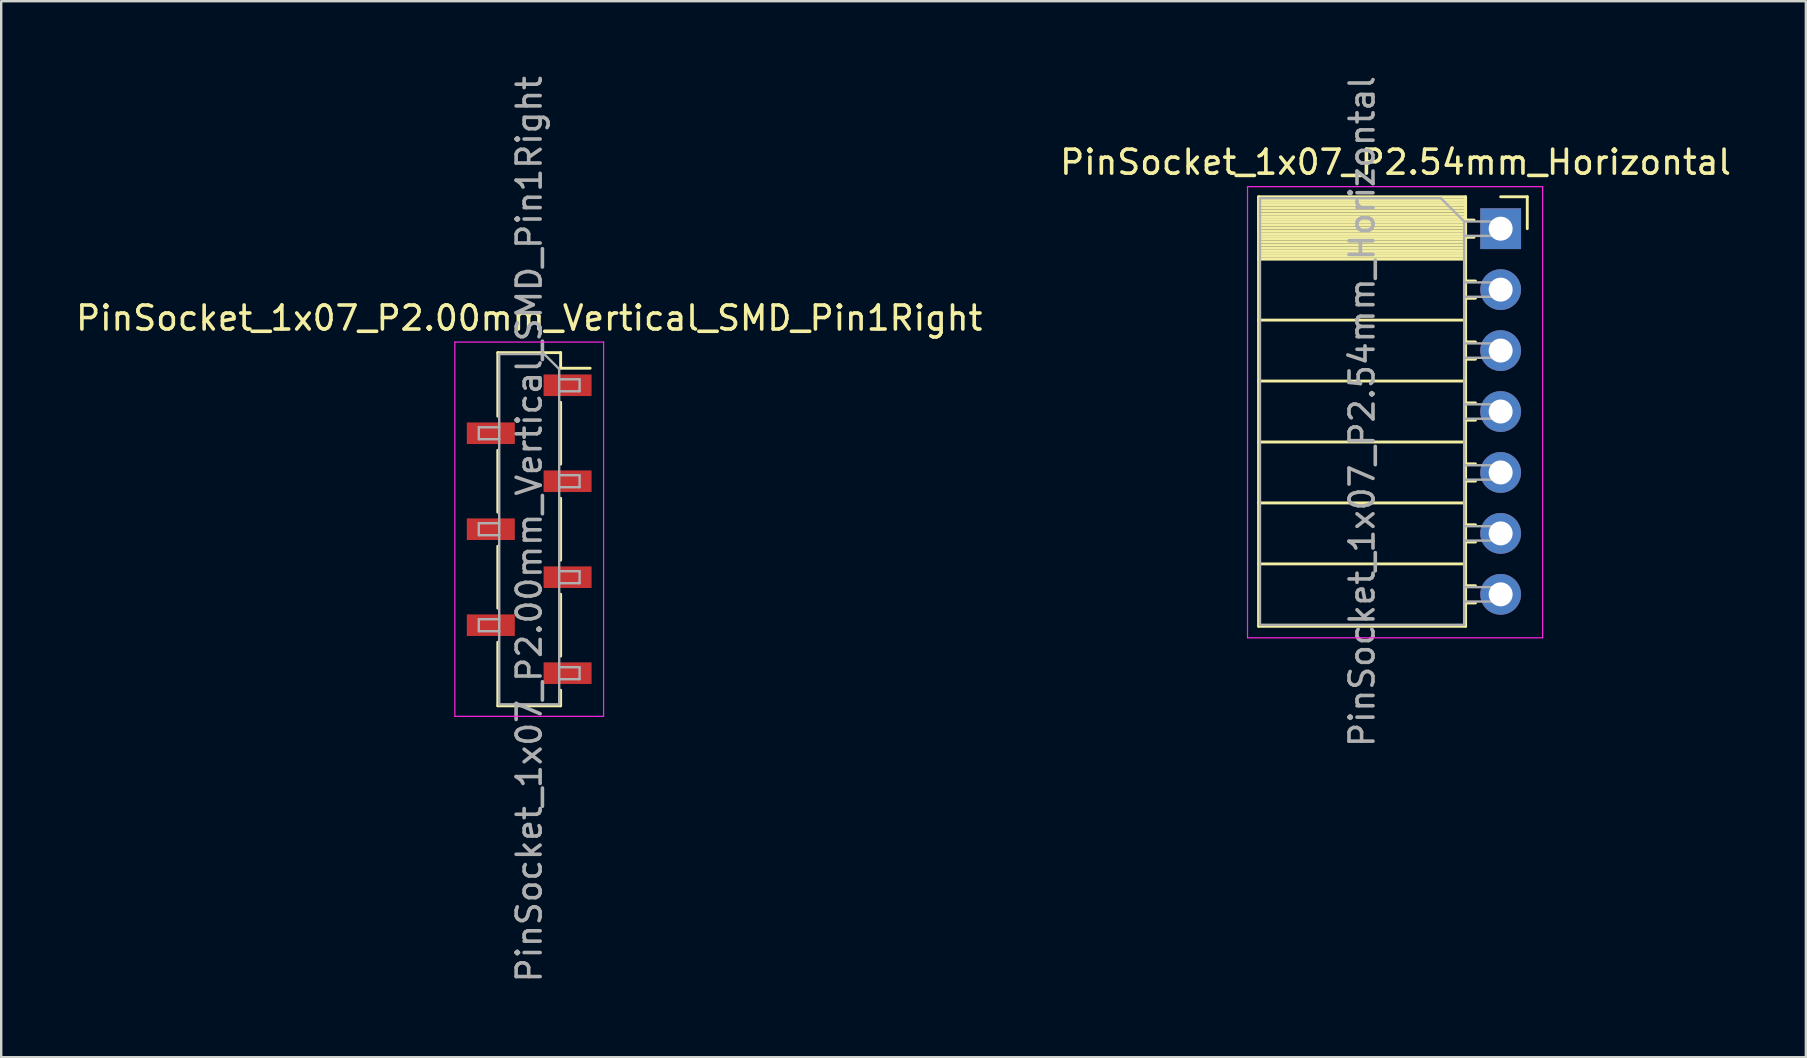
<source format=kicad_pcb>
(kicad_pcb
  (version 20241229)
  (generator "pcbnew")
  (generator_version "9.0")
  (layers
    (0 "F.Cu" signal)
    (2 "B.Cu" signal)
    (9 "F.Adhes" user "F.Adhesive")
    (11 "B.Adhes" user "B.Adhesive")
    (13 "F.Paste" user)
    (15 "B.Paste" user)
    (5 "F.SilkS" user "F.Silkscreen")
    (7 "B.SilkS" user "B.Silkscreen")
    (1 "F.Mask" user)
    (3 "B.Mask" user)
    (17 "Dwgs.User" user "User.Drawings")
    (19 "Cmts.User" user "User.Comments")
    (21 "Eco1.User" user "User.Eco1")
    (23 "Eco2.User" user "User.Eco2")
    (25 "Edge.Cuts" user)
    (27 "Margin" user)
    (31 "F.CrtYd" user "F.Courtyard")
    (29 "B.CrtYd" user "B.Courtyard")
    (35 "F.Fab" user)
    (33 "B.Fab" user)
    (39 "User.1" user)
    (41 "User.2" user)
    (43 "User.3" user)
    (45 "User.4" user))
  (footprint "PinSocket_1x07_P2.54mm_Horizontal"
    (layer "F.Cu")
    (at 59.493 6.481)
    (property "Reference" "PinSocket_1x07_P2.54mm_Horizontal" (at -4.38 -2.77 0) (layer "F.SilkS") (effects (font (size 1 1) (thickness 0.15))))
    (attr through_hole)
    (fp_line (start -10.09 -1.33) (end -10.09 16.57) (stroke (width 0.12) (type solid)) (layer "F.SilkS"))
    (fp_line (start -10.09 -1.33) (end -1.46 -1.33) (stroke (width 0.12) (type solid)) (layer "F.SilkS"))
    (fp_line (start -10.09 -1.21) (end -1.46 -1.21) (stroke (width 0.12) (type solid)) (layer "F.SilkS"))
    (fp_line (start -10.09 -1.092) (end -1.46 -1.092) (stroke (width 0.12) (type solid)) (layer "F.SilkS"))
    (fp_line (start -10.09 -0.974) (end -1.46 -0.974) (stroke (width 0.12) (type solid)) (layer "F.SilkS"))
    (fp_line (start -10.09 -0.856) (end -1.46 -0.856) (stroke (width 0.12) (type solid)) (layer "F.SilkS"))
    (fp_line (start -10.09 -0.738) (end -1.46 -0.738) (stroke (width 0.12) (type solid)) (layer "F.SilkS"))
    (fp_line (start -10.09 -0.62) (end -1.46 -0.62) (stroke (width 0.12) (type solid)) (layer "F.SilkS"))
    (fp_line (start -10.09 -0.501) (end -1.46 -0.501) (stroke (width 0.12) (type solid)) (layer "F.SilkS"))
    (fp_line (start -10.09 -0.383) (end -1.46 -0.383) (stroke (width 0.12) (type solid)) (layer "F.SilkS"))
    (fp_line (start -10.09 -0.265) (end -1.46 -0.265) (stroke (width 0.12) (type solid)) (layer "F.SilkS"))
    (fp_line (start -10.09 -0.147) (end -1.46 -0.147) (stroke (width 0.12) (type solid)) (layer "F.SilkS"))
    (fp_line (start -10.09 -0.029) (end -1.46 -0.029) (stroke (width 0.12) (type solid)) (layer "F.SilkS"))
    (fp_line (start -10.09 0.089) (end -1.46 0.089) (stroke (width 0.12) (type solid)) (layer "F.SilkS"))
    (fp_line (start -10.09 0.207) (end -1.46 0.207) (stroke (width 0.12) (type solid)) (layer "F.SilkS"))
    (fp_line (start -10.09 0.325) (end -1.46 0.325) (stroke (width 0.12) (type solid)) (layer "F.SilkS"))
    (fp_line (start -10.09 0.443) (end -1.46 0.443) (stroke (width 0.12) (type solid)) (layer "F.SilkS"))
    (fp_line (start -10.09 0.561) (end -1.46 0.561) (stroke (width 0.12) (type solid)) (layer "F.SilkS"))
    (fp_line (start -10.09 0.68) (end -1.46 0.68) (stroke (width 0.12) (type solid)) (layer "F.SilkS"))
    (fp_line (start -10.09 0.798) (end -1.46 0.798) (stroke (width 0.12) (type solid)) (layer "F.SilkS"))
    (fp_line (start -10.09 0.916) (end -1.46 0.916) (stroke (width 0.12) (type solid)) (layer "F.SilkS"))
    (fp_line (start -10.09 1.034) (end -1.46 1.034) (stroke (width 0.12) (type solid)) (layer "F.SilkS"))
    (fp_line (start -10.09 1.152) (end -1.46 1.152) (stroke (width 0.12) (type solid)) (layer "F.SilkS"))
    (fp_line (start -10.09 1.27) (end -1.46 1.27) (stroke (width 0.12) (type solid)) (layer "F.SilkS"))
    (fp_line (start -10.09 3.81) (end -1.46 3.81) (stroke (width 0.12) (type solid)) (layer "F.SilkS"))
    (fp_line (start -10.09 6.35) (end -1.46 6.35) (stroke (width 0.12) (type solid)) (layer "F.SilkS"))
    (fp_line (start -10.09 8.89) (end -1.46 8.89) (stroke (width 0.12) (type solid)) (layer "F.SilkS"))
    (fp_line (start -10.09 11.43) (end -1.46 11.43) (stroke (width 0.12) (type solid)) (layer "F.SilkS"))
    (fp_line (start -10.09 13.97) (end -1.46 13.97) (stroke (width 0.12) (type solid)) (layer "F.SilkS"))
    (fp_line (start -10.09 16.57) (end -1.46 16.57) (stroke (width 0.12) (type solid)) (layer "F.SilkS"))
    (fp_line (start -1.46 -1.33) (end -1.46 16.57) (stroke (width 0.12) (type solid)) (layer "F.SilkS"))
    (fp_line (start -1.46 -0.36) (end -1.11 -0.36) (stroke (width 0.12) (type solid)) (layer "F.SilkS"))
    (fp_line (start -1.46 0.36) (end -1.11 0.36) (stroke (width 0.12) (type solid)) (layer "F.SilkS"))
    (fp_line (start -1.46 2.18) (end -1.05 2.18) (stroke (width 0.12) (type solid)) (layer "F.SilkS"))
    (fp_line (start -1.46 2.9) (end -1.05 2.9) (stroke (width 0.12) (type solid)) (layer "F.SilkS"))
    (fp_line (start -1.46 4.72) (end -1.05 4.72) (stroke (width 0.12) (type solid)) (layer "F.SilkS"))
    (fp_line (start -1.46 5.44) (end -1.05 5.44) (stroke (width 0.12) (type solid)) (layer "F.SilkS"))
    (fp_line (start -1.46 7.26) (end -1.05 7.26) (stroke (width 0.12) (type solid)) (layer "F.SilkS"))
    (fp_line (start -1.46 7.98) (end -1.05 7.98) (stroke (width 0.12) (type solid)) (layer "F.SilkS"))
    (fp_line (start -1.46 9.8) (end -1.05 9.8) (stroke (width 0.12) (type solid)) (layer "F.SilkS"))
    (fp_line (start -1.46 10.52) (end -1.05 10.52) (stroke (width 0.12) (type solid)) (layer "F.SilkS"))
    (fp_line (start -1.46 12.34) (end -1.05 12.34) (stroke (width 0.12) (type solid)) (layer "F.SilkS"))
    (fp_line (start -1.46 13.06) (end -1.05 13.06) (stroke (width 0.12) (type solid)) (layer "F.SilkS"))
    (fp_line (start -1.46 14.88) (end -1.05 14.88) (stroke (width 0.12) (type solid)) (layer "F.SilkS"))
    (fp_line (start -1.46 15.6) (end -1.05 15.6) (stroke (width 0.12) (type solid)) (layer "F.SilkS"))
    (fp_line (start 0 -1.33) (end 1.11 -1.33) (stroke (width 0.12) (type solid)) (layer "F.SilkS"))
    (fp_line (start 1.11 -1.33) (end 1.11 0) (stroke (width 0.12) (type solid)) (layer "F.SilkS"))
    (fp_line (start -10.55 -1.75) (end -10.55 17.05) (stroke (width 0.05) (type solid)) (layer "F.CrtYd"))
    (fp_line (start -10.55 17.05) (end 1.75 17.05) (stroke (width 0.05) (type solid)) (layer "F.CrtYd"))
    (fp_line (start 1.75 -1.75) (end -10.55 -1.75) (stroke (width 0.05) (type solid)) (layer "F.CrtYd"))
    (fp_line (start 1.75 17.05) (end 1.75 -1.75) (stroke (width 0.05) (type solid)) (layer "F.CrtYd"))
    (fp_line (start -10.03 -1.27) (end -2.49 -1.27) (stroke (width 0.1) (type solid)) (layer "F.Fab"))
    (fp_line (start -10.03 16.51) (end -10.03 -1.27) (stroke (width 0.1) (type solid)) (layer "F.Fab"))
    (fp_line (start -2.49 -1.27) (end -1.52 -0.3) (stroke (width 0.1) (type solid)) (layer "F.Fab"))
    (fp_line (start -1.52 -0.3) (end -1.52 16.51) (stroke (width 0.1) (type solid)) (layer "F.Fab"))
    (fp_line (start -1.52 0.3) (end 0 0.3) (stroke (width 0.1) (type solid)) (layer "F.Fab"))
    (fp_line (start -1.52 2.84) (end 0 2.84) (stroke (width 0.1) (type solid)) (layer "F.Fab"))
    (fp_line (start -1.52 5.38) (end 0 5.38) (stroke (width 0.1) (type solid)) (layer "F.Fab"))
    (fp_line (start -1.52 7.92) (end 0 7.92) (stroke (width 0.1) (type solid)) (layer "F.Fab"))
    (fp_line (start -1.52 10.46) (end 0 10.46) (stroke (width 0.1) (type solid)) (layer "F.Fab"))
    (fp_line (start -1.52 13) (end 0 13) (stroke (width 0.1) (type solid)) (layer "F.Fab"))
    (fp_line (start -1.52 15.54) (end 0 15.54) (stroke (width 0.1) (type solid)) (layer "F.Fab"))
    (fp_line (start -1.52 16.51) (end -10.03 16.51) (stroke (width 0.1) (type solid)) (layer "F.Fab"))
    (fp_line (start 0 -0.3) (end -1.52 -0.3) (stroke (width 0.1) (type solid)) (layer "F.Fab"))
    (fp_line (start 0 0.3) (end 0 -0.3) (stroke (width 0.1) (type solid)) (layer "F.Fab"))
    (fp_line (start 0 2.24) (end -1.52 2.24) (stroke (width 0.1) (type solid)) (layer "F.Fab"))
    (fp_line (start 0 2.84) (end 0 2.24) (stroke (width 0.1) (type solid)) (layer "F.Fab"))
    (fp_line (start 0 4.78) (end -1.52 4.78) (stroke (width 0.1) (type solid)) (layer "F.Fab"))
    (fp_line (start 0 5.38) (end 0 4.78) (stroke (width 0.1) (type solid)) (layer "F.Fab"))
    (fp_line (start 0 7.32) (end -1.52 7.32) (stroke (width 0.1) (type solid)) (layer "F.Fab"))
    (fp_line (start 0 7.92) (end 0 7.32) (stroke (width 0.1) (type solid)) (layer "F.Fab"))
    (fp_line (start 0 9.86) (end -1.52 9.86) (stroke (width 0.1) (type solid)) (layer "F.Fab"))
    (fp_line (start 0 10.46) (end 0 9.86) (stroke (width 0.1) (type solid)) (layer "F.Fab"))
    (fp_line (start 0 12.4) (end -1.52 12.4) (stroke (width 0.1) (type solid)) (layer "F.Fab"))
    (fp_line (start 0 13) (end 0 12.4) (stroke (width 0.1) (type solid)) (layer "F.Fab"))
    (fp_line (start 0 14.94) (end -1.52 14.94) (stroke (width 0.1) (type solid)) (layer "F.Fab"))
    (fp_line (start 0 15.54) (end 0 14.94) (stroke (width 0.1) (type solid)) (layer "F.Fab"))
    (fp_text user "${REFERENCE}" (at -5.775 7.62 90) (layer "F.Fab") (effects (font (size 1 1) (thickness 0.15))))
    (pad "1" thru_hole rect (at 0 0) (size 1.7 1.7) (drill 1) (layers "*.Cu" "*.Mask"))
    (pad "2" thru_hole oval (at 0 2.54) (size 1.7 1.7) (drill 1) (layers "*.Cu" "*.Mask"))
    (pad "3" thru_hole oval (at 0 5.08) (size 1.7 1.7) (drill 1) (layers "*.Cu" "*.Mask"))
    (pad "4" thru_hole oval (at 0 7.62) (size 1.7 1.7) (drill 1) (layers "*.Cu" "*.Mask"))
    (pad "5" thru_hole oval (at 0 10.16) (size 1.7 1.7) (drill 1) (layers "*.Cu" "*.Mask"))
    (pad "6" thru_hole oval (at 0 12.7) (size 1.7 1.7) (drill 1) (layers "*.Cu" "*.Mask"))
    (pad "7" thru_hole oval (at 0 15.24) (size 1.7 1.7) (drill 1) (layers "*.Cu" "*.Mask")))
  (footprint "PinSocket_1x07_P2.00mm_Vertical_SMD_Pin1Right"
    (layer "F.Cu")
    (at 19.006 19.006)
    (property "Reference" "PinSocket_1x07_P2.00mm_Vertical_SMD_Pin1Right" (at 0 -8.8 0) (layer "F.SilkS") (effects (font (size 1 1) (thickness 0.15))))
    (attr smd)
    (fp_line (start -1.31 -7.36) (end -1.31 -4.71) (stroke (width 0.12) (type solid)) (layer "F.SilkS"))
    (fp_line (start -1.31 -7.36) (end 1.31 -7.36) (stroke (width 0.12) (type solid)) (layer "F.SilkS"))
    (fp_line (start -1.31 -3.29) (end -1.31 -0.71) (stroke (width 0.12) (type solid)) (layer "F.SilkS"))
    (fp_line (start -1.31 0.71) (end -1.31 3.29) (stroke (width 0.12) (type solid)) (layer "F.SilkS"))
    (fp_line (start -1.31 4.71) (end -1.31 7.36) (stroke (width 0.12) (type solid)) (layer "F.SilkS"))
    (fp_line (start -1.31 7.36) (end 1.31 7.36) (stroke (width 0.12) (type solid)) (layer "F.SilkS"))
    (fp_line (start 1.31 -7.36) (end 1.31 -6.71) (stroke (width 0.12) (type solid)) (layer "F.SilkS"))
    (fp_line (start 1.31 -6.71) (end 2.54 -6.71) (stroke (width 0.12) (type solid)) (layer "F.SilkS"))
    (fp_line (start 1.31 -5.29) (end 1.31 -2.71) (stroke (width 0.12) (type solid)) (layer "F.SilkS"))
    (fp_line (start 1.31 -1.29) (end 1.31 1.29) (stroke (width 0.12) (type solid)) (layer "F.SilkS"))
    (fp_line (start 1.31 2.71) (end 1.31 5.29) (stroke (width 0.12) (type solid)) (layer "F.SilkS"))
    (fp_line (start 1.31 6.71) (end 1.31 7.36) (stroke (width 0.12) (type solid)) (layer "F.SilkS"))
    (fp_line (start -3.1 -7.8) (end 3.1 -7.8) (stroke (width 0.05) (type solid)) (layer "F.CrtYd"))
    (fp_line (start -3.1 7.8) (end -3.1 -7.8) (stroke (width 0.05) (type solid)) (layer "F.CrtYd"))
    (fp_line (start 3.1 -7.8) (end 3.1 7.8) (stroke (width 0.05) (type solid)) (layer "F.CrtYd"))
    (fp_line (start 3.1 7.8) (end -3.1 7.8) (stroke (width 0.05) (type solid)) (layer "F.CrtYd"))
    (fp_line (start -2.1 -4.25) (end -1.25 -4.25) (stroke (width 0.1) (type solid)) (layer "F.Fab"))
    (fp_line (start -2.1 -3.75) (end -2.1 -4.25) (stroke (width 0.1) (type solid)) (layer "F.Fab"))
    (fp_line (start -2.1 -0.25) (end -1.25 -0.25) (stroke (width 0.1) (type solid)) (layer "F.Fab"))
    (fp_line (start -2.1 0.25) (end -2.1 -0.25) (stroke (width 0.1) (type solid)) (layer "F.Fab"))
    (fp_line (start -2.1 3.75) (end -1.25 3.75) (stroke (width 0.1) (type solid)) (layer "F.Fab"))
    (fp_line (start -2.1 4.25) (end -2.1 3.75) (stroke (width 0.1) (type solid)) (layer "F.Fab"))
    (fp_line (start -1.25 -7.3) (end 0.625 -7.3) (stroke (width 0.1) (type solid)) (layer "F.Fab"))
    (fp_line (start -1.25 -3.75) (end -2.1 -3.75) (stroke (width 0.1) (type solid)) (layer "F.Fab"))
    (fp_line (start -1.25 0.25) (end -2.1 0.25) (stroke (width 0.1) (type solid)) (layer "F.Fab"))
    (fp_line (start -1.25 4.25) (end -2.1 4.25) (stroke (width 0.1) (type solid)) (layer "F.Fab"))
    (fp_line (start -1.25 7.3) (end -1.25 -7.3) (stroke (width 0.1) (type solid)) (layer "F.Fab"))
    (fp_line (start 0.625 -7.3) (end 1.25 -6.675) (stroke (width 0.1) (type solid)) (layer "F.Fab"))
    (fp_line (start 1.25 -6.675) (end 1.25 7.3) (stroke (width 0.1) (type solid)) (layer "F.Fab"))
    (fp_line (start 1.25 -6.25) (end 2.1 -6.25) (stroke (width 0.1) (type solid)) (layer "F.Fab"))
    (fp_line (start 1.25 -2.25) (end 2.1 -2.25) (stroke (width 0.1) (type solid)) (layer "F.Fab"))
    (fp_line (start 1.25 1.75) (end 2.1 1.75) (stroke (width 0.1) (type solid)) (layer "F.Fab"))
    (fp_line (start 1.25 5.75) (end 2.1 5.75) (stroke (width 0.1) (type solid)) (layer "F.Fab"))
    (fp_line (start 1.25 7.3) (end -1.25 7.3) (stroke (width 0.1) (type solid)) (layer "F.Fab"))
    (fp_line (start 2.1 -6.25) (end 2.1 -5.75) (stroke (width 0.1) (type solid)) (layer "F.Fab"))
    (fp_line (start 2.1 -5.75) (end 1.25 -5.75) (stroke (width 0.1) (type solid)) (layer "F.Fab"))
    (fp_line (start 2.1 -2.25) (end 2.1 -1.75) (stroke (width 0.1) (type solid)) (layer "F.Fab"))
    (fp_line (start 2.1 -1.75) (end 1.25 -1.75) (stroke (width 0.1) (type solid)) (layer "F.Fab"))
    (fp_line (start 2.1 1.75) (end 2.1 2.25) (stroke (width 0.1) (type solid)) (layer "F.Fab"))
    (fp_line (start 2.1 2.25) (end 1.25 2.25) (stroke (width 0.1) (type solid)) (layer "F.Fab"))
    (fp_line (start 2.1 5.75) (end 2.1 6.25) (stroke (width 0.1) (type solid)) (layer "F.Fab"))
    (fp_line (start 2.1 6.25) (end 1.25 6.25) (stroke (width 0.1) (type solid)) (layer "F.Fab"))
    (fp_text user "${REFERENCE}" (at 0 0 90) (layer "F.Fab") (effects (font (size 1 1) (thickness 0.15))))
    (pad "1" smd rect (at 1.6 -6) (size 2 0.9) (layers "F.Cu" "F.Mask" "F.Paste"))
    (pad "2" smd rect (at -1.6 -4) (size 2 0.9) (layers "F.Cu" "F.Mask" "F.Paste"))
    (pad "3" smd rect (at 1.6 -2) (size 2 0.9) (layers "F.Cu" "F.Mask" "F.Paste"))
    (pad "4" smd rect (at -1.6 0) (size 2 0.9) (layers "F.Cu" "F.Mask" "F.Paste"))
    (pad "5" smd rect (at 1.6 2) (size 2 0.9) (layers "F.Cu" "F.Mask" "F.Paste"))
    (pad "6" smd rect (at -1.6 4) (size 2 0.9) (layers "F.Cu" "F.Mask" "F.Paste"))
    (pad "7" smd rect (at 1.6 6) (size 2 0.9) (layers "F.Cu" "F.Mask" "F.Paste")))
  (gr_rect
    (start -3 -3)
    (end 72.214 41.012)
    (stroke (width 0.1) (type default))
    (fill no)
    (layer "Edge.Cuts")))
</source>
